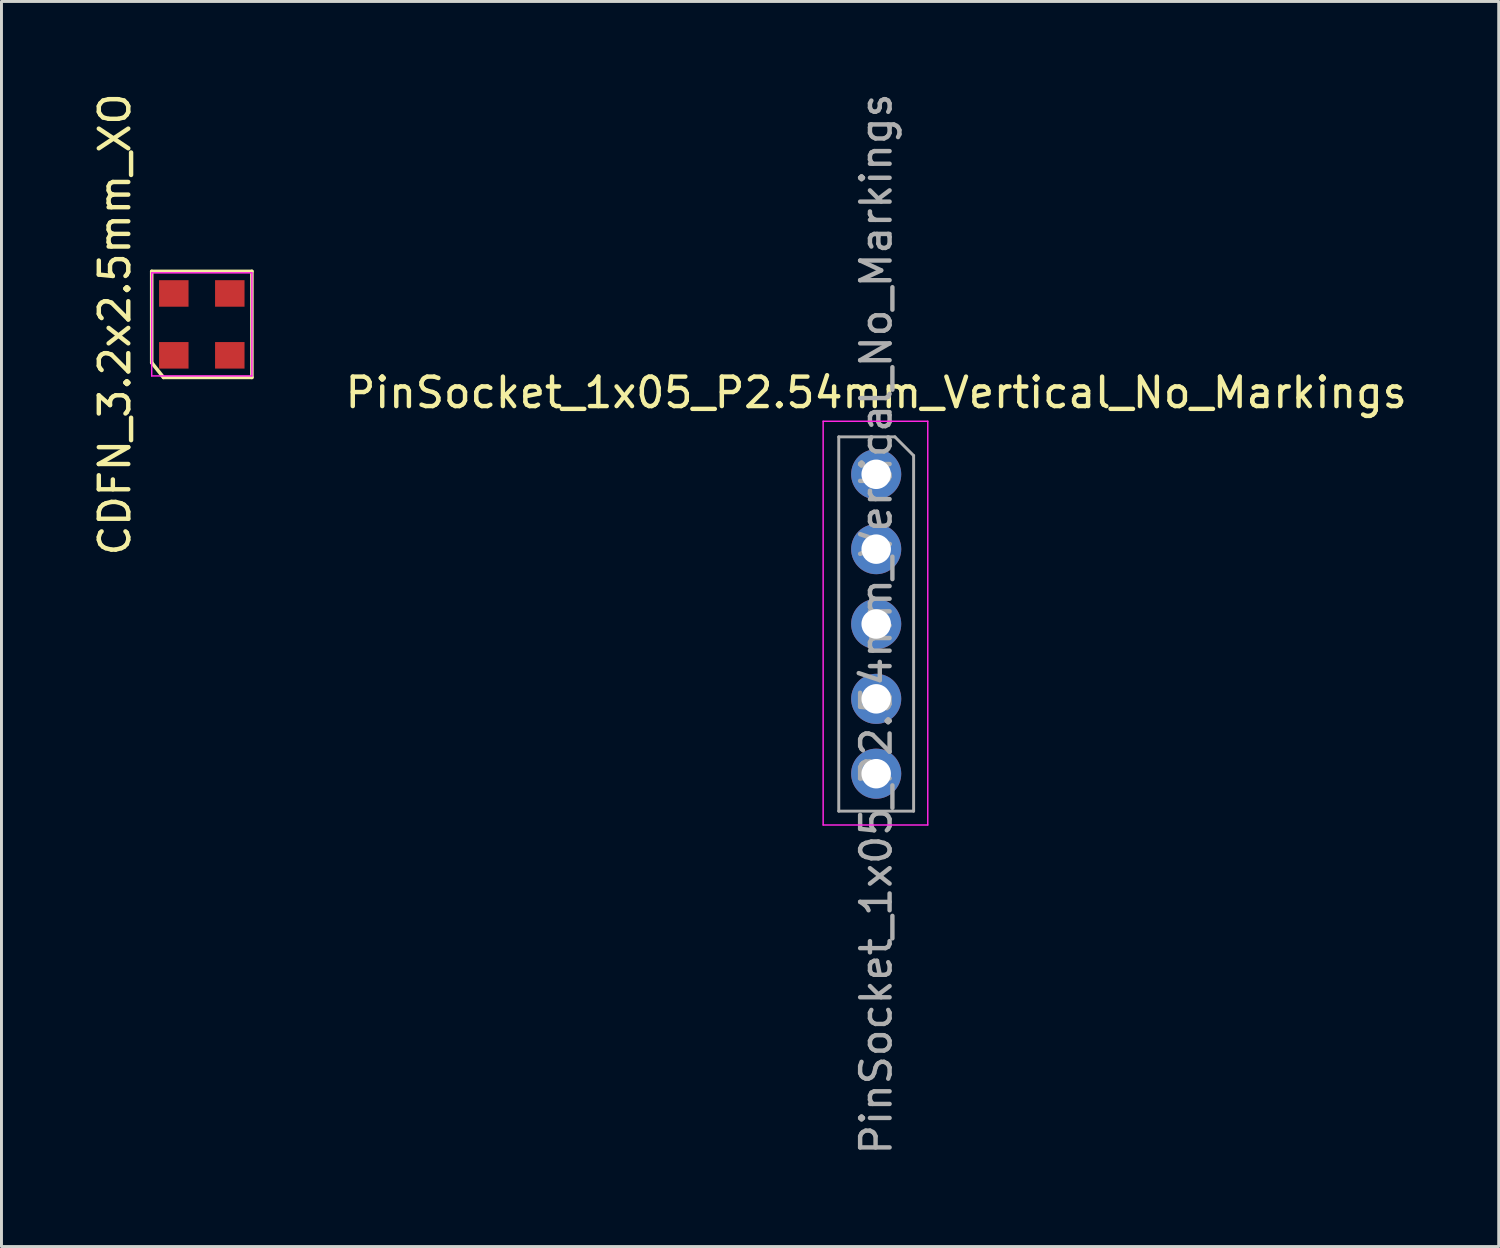
<source format=kicad_pcb>
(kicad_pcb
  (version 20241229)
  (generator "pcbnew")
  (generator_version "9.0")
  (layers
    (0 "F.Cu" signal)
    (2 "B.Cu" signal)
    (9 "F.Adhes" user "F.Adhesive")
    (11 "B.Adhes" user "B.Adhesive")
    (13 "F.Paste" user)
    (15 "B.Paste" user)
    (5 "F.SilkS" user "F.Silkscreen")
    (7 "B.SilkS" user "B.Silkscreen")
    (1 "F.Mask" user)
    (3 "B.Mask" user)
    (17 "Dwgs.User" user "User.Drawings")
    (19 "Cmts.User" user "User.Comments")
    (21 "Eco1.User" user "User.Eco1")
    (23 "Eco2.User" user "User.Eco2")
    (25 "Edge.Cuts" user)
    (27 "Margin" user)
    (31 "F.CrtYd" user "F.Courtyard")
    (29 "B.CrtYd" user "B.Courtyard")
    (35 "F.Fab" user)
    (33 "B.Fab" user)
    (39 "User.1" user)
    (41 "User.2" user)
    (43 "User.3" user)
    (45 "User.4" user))
  (footprint "PinSocket_1x05_P2.54mm_Vertical_No_Markings"
    (layer "F.Cu")
    (at 26.683 18.145)
    (property "Reference" "PinSocket_1x05_P2.54mm_Vertical_No_Markings" (at 0 -7.87 0) (layer "F.SilkS") (effects (font (size 1 1) (thickness 0.15))))
    (attr through_hole)
    (fp_line (start -1.8 -6.9) (end 1.75 -6.9) (stroke (width 0.05) (type solid)) (layer "F.CrtYd"))
    (fp_line (start -1.8 6.8) (end -1.8 -6.9) (stroke (width 0.05) (type solid)) (layer "F.CrtYd"))
    (fp_line (start 1.75 -6.9) (end 1.75 6.8) (stroke (width 0.05) (type solid)) (layer "F.CrtYd"))
    (fp_line (start 1.75 6.8) (end -1.8 6.8) (stroke (width 0.05) (type solid)) (layer "F.CrtYd"))
    (fp_line (start -1.27 -6.37) (end 0.635 -6.37) (stroke (width 0.1) (type solid)) (layer "F.Fab"))
    (fp_line (start -1.27 6.33) (end -1.27 -6.37) (stroke (width 0.1) (type solid)) (layer "F.Fab"))
    (fp_line (start 0.635 -6.37) (end 1.27 -5.735) (stroke (width 0.1) (type solid)) (layer "F.Fab"))
    (fp_line (start 1.27 -5.735) (end 1.27 6.33) (stroke (width 0.1) (type solid)) (layer "F.Fab"))
    (fp_line (start 1.27 6.33) (end -1.27 6.33) (stroke (width 0.1) (type solid)) (layer "F.Fab"))
    (fp_text user "${REFERENCE}" (at 0 -0.02 90) (layer "F.Fab") (effects (font (size 1 1) (thickness 0.15))))
    (pad "1" thru_hole oval (at 0 -5.1) (size 1.7 1.7) (drill 1) (layers "*.Cu" "*.Mask"))
    (pad "2" thru_hole oval (at 0 -2.56) (size 1.7 1.7) (drill 1) (layers "*.Cu" "*.Mask"))
    (pad "3" thru_hole oval (at 0 -0.02) (size 1.7 1.7) (drill 1) (layers "*.Cu" "*.Mask"))
    (pad "4" thru_hole oval (at 0 2.52) (size 1.7 1.7) (drill 1) (layers "*.Cu" "*.Mask"))
    (pad "5" thru_hole oval (at 0 5.06) (size 1.7 1.7) (drill 1) (layers "*.Cu" "*.Mask")))
  (footprint "CDFN_3.2x2.5mm_XO"
    (layer "F.Cu")
    (at 3.798 7.958)
    (property "Reference" "CDFN_3.2x2.5mm_XO" (at -2.95 0 90) (layer "F.SilkS") (effects (font (size 1 1) (thickness 0.15))))
    (attr smd)
    (fp_line (start -1.7 -1.8) (end 1.7 -1.8) (stroke (width 0.12) (type solid)) (layer "F.SilkS"))
    (fp_line (start -1.7 1.3) (end -1.7 -1.8) (stroke (width 0.12) (type solid)) (layer "F.SilkS"))
    (fp_line (start -1.3 1.8) (end -1.7 1.3) (stroke (width 0.12) (type solid)) (layer "F.SilkS"))
    (fp_line (start 1.7 -1.8) (end 1.7 1.8) (stroke (width 0.12) (type solid)) (layer "F.SilkS"))
    (fp_line (start 1.7 1.8) (end -1.3 1.8) (stroke (width 0.12) (type solid)) (layer "F.SilkS"))
    (fp_line (start -1.7 -1.75) (end 1.7 -1.75) (stroke (width 0.05) (type solid)) (layer "F.CrtYd"))
    (fp_line (start -1.7 1.75) (end -1.7 -1.75) (stroke (width 0.05) (type solid)) (layer "F.CrtYd"))
    (fp_line (start 1.7 -1.75) (end 1.7 1.75) (stroke (width 0.05) (type solid)) (layer "F.CrtYd"))
    (fp_line (start 1.7 1.75) (end -1.7 1.75) (stroke (width 0.05) (type solid)) (layer "F.CrtYd"))
    (pad "1" smd rect (at -0.95 1.05) (size 1 0.9) (layers "F.Cu" "F.Mask" "F.Paste"))
    (pad "2" smd rect (at 0.95 1.05) (size 1 0.9) (layers "F.Cu" "F.Mask" "F.Paste"))
    (pad "3" smd rect (at 0.95 -1.05) (size 1 0.9) (layers "F.Cu" "F.Mask" "F.Paste"))
    (pad "4" smd rect (at -0.95 -1.05) (size 1 0.9) (layers "F.Cu" "F.Mask" "F.Paste")))
  (gr_rect
    (start -3 -3)
    (end 47.808 39.25)
    (stroke (width 0.1) (type default))
    (fill no)
    (layer "Edge.Cuts")))
</source>
